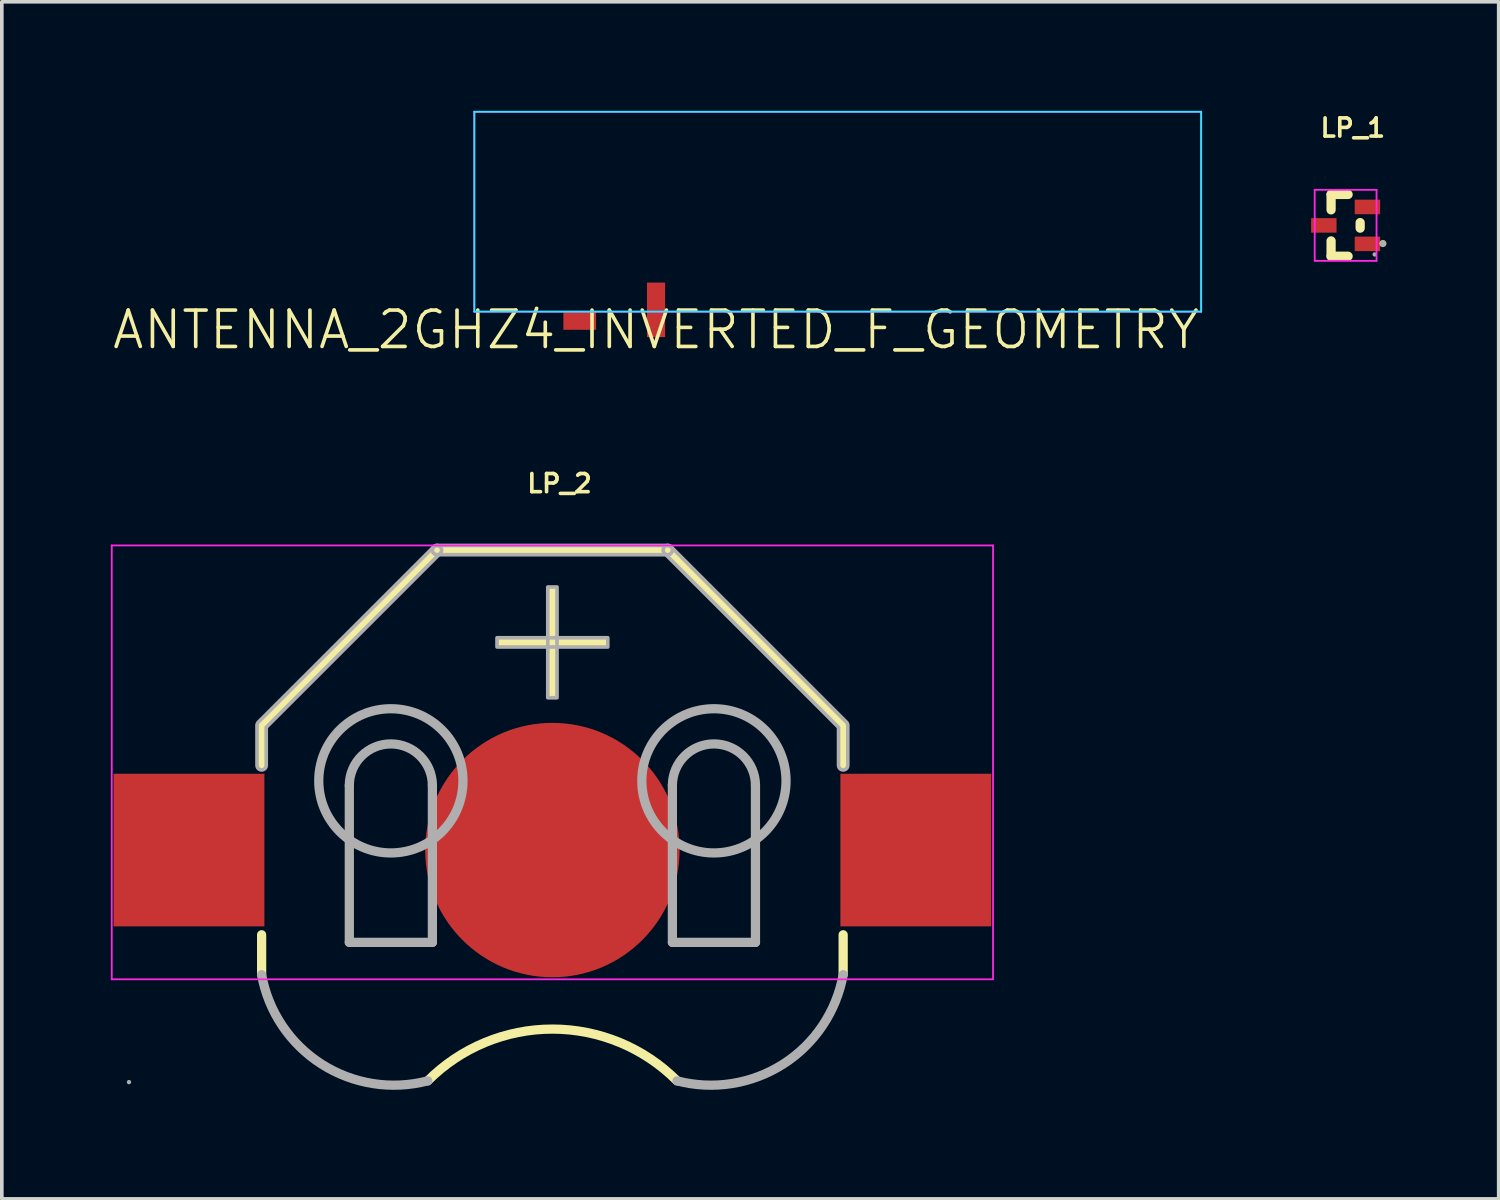
<source format=kicad_pcb>
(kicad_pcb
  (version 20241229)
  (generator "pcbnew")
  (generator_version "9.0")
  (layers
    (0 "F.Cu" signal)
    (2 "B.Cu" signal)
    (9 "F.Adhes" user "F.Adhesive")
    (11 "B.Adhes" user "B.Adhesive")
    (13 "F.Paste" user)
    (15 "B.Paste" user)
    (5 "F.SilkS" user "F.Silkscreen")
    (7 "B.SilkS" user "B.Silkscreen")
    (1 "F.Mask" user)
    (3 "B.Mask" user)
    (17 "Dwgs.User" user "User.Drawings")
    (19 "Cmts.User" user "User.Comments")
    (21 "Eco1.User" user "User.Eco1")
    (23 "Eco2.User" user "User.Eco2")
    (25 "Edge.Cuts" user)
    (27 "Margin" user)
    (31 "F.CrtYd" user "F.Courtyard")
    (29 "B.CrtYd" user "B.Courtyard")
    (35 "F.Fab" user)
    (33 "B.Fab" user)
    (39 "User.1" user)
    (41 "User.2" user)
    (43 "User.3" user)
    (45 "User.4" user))
  (footprint "LP_1"
    (layer "F.Cu")
    (at 33.977 3.151)
    (property "Reference" "LP_1" (at -0.75 -2.683 0) (layer "F.SilkS") (effects (font (size 0.5 0.5) (thickness 0.1)) (justify left)))
    (fp_line (start -0.4 -0.85) (end -0.4 -0.427) (stroke (width 0.254) (type solid)) (layer "F.SilkS"))
    (fp_line (start -0.4 -0.85) (end 0.068 -0.85) (stroke (width 0.254) (type solid)) (layer "F.SilkS"))
    (fp_line (start -0.4 0.428) (end -0.4 0.85) (stroke (width 0.254) (type solid)) (layer "F.SilkS"))
    (fp_line (start -0.4 0.85) (end 0.068 0.85) (stroke (width 0.254) (type solid)) (layer "F.SilkS"))
    (fp_line (start 0.4 -0.076) (end 0.4 0.077) (stroke (width 0.254) (type solid)) (layer "F.SilkS"))
    (fp_line (start -0.851 -0.977) (end -0.851 0.977) (stroke (width 0.05) (type solid)) (layer "F.CrtYd"))
    (fp_line (start -0.851 0.977) (end 0.851 0.977) (stroke (width 0.05) (type solid)) (layer "F.CrtYd"))
    (fp_line (start 0.851 -0.977) (end -0.851 -0.977) (stroke (width 0.05) (type solid)) (layer "F.CrtYd"))
    (fp_line (start 0.851 0.977) (end 0.851 -0.977) (stroke (width 0.05) (type solid)) (layer "F.CrtYd"))
    (fp_arc (start 0.83 0.801) (mid 0.77 0.801) (end 0.83 0.801) (stroke (width 0.06) (type solid)) (layer "F.Fab"))
    (fp_arc (start 1.075 0.5) (mid 0.975 0.5) (end 1.075 0.5) (stroke (width 0.1) (type solid)) (layer "F.Fab"))
    (pad "1" smd rect (at 0.6 0.509 90) (size 0.4 0.7) (layers "F.Cu" "F.Mask" "F.Paste"))
    (pad "2" smd rect (at 0.6 -0.507 90) (size 0.4 0.7) (layers "F.Cu" "F.Mask" "F.Paste"))
    (pad "3" smd rect (at -0.6 0.001 90) (size 0.4 0.7) (layers "F.Cu" "F.Mask" "F.Paste")))
  (footprint "ANTENNA_2GHZ4_INVERTED_F_GEOMETRY"
    (layer "F.Cu")
    (at 15.002 6.025)
    (property "Reference" "ANTENNA_2GHZ4_INVERTED_F_GEOMETRY" (at 0 0 0) (layer "F.SilkS") (effects (font (size 1 1) (thickness 0.1))))
    (fp_line (start -5 -6) (end -5 -0.5) (stroke (width 0.05) (type solid)) (layer "B.CrtYd"))
    (fp_line (start -5 -0.5) (end 15 -0.5) (stroke (width 0.05) (type solid)) (layer "B.CrtYd"))
    (fp_line (start 15 -6) (end -5 -6) (stroke (width 0.05) (type solid)) (layer "B.CrtYd"))
    (fp_line (start 15 -0.5) (end 15 -6) (stroke (width 0.05) (type solid)) (layer "B.CrtYd"))
    (fp_line (start -5 -6) (end -5 -0.5) (stroke (width 0.05) (type solid)) (layer "F.CrtYd"))
    (fp_line (start -5 -0.5) (end 15 -0.5) (stroke (width 0.05) (type solid)) (layer "F.CrtYd"))
    (fp_line (start 15 -6) (end -5 -6) (stroke (width 0.05) (type solid)) (layer "F.CrtYd"))
    (fp_line (start 15 -0.5) (end 15 -6) (stroke (width 0.05) (type solid)) (layer "F.CrtYd"))
    (fp_line (start 15 -6) (end -5 -6) (stroke (width 0.01) (type solid)) (layer "F.Fab"))
    (pad "" smd rect (at 5 -3.25) (size 20 5.5) (layers "F.Mask"))
    (pad "gnd" smd rect (at -2.1 -0.25) (size 0.9 0.5) (layers "F.Cu" "F.Mask" "F.Paste"))
    (pad "launch" smd rect (at 0 -0.55) (size 0.5 1.5) (layers "F.Cu" "F.Mask" "F.Paste")))
  (footprint "LP_2"
    (layer "F.Cu")
    (at 12.15 17.928)
    (property "Reference" "LP_2" (at -0.75 -7.675 0) (layer "F.SilkS") (effects (font (size 0.5 0.5) (thickness 0.1)) (justify left)))
    (fp_line (start -8.001 -1.016) (end -8.001 0.081) (stroke (width 0.254) (type solid)) (layer "F.SilkS"))
    (fp_line (start -8.001 4.744) (end -8.001 5.842) (stroke (width 0.254) (type solid)) (layer "F.SilkS"))
    (fp_line (start -3.175 -5.842) (end -8.001 -1.016) (stroke (width 0.254) (type solid)) (layer "F.SilkS"))
    (fp_line (start -3.175 -5.842) (end 3.175 -5.842) (stroke (width 0.254) (type solid)) (layer "F.SilkS"))
    (fp_line (start 3.175 -5.842) (end 8.001 -1.016) (stroke (width 0.254) (type solid)) (layer "F.SilkS"))
    (fp_line (start 8.001 -1.016) (end 8.001 0.081) (stroke (width 0.254) (type solid)) (layer "F.SilkS"))
    (fp_line (start 8.001 4.744) (end 8.001 5.842) (stroke (width 0.254) (type solid)) (layer "F.SilkS"))
    (fp_arc (start -3.429177 8.762147) (mid 0 7.339) (end 3.429177 8.762147) (stroke (width 0.254) (type solid)) (layer "F.SilkS"))
    (fp_poly (pts (xy -1.524 -3.429) (xy 1.524 -3.429) (xy 1.524 -3.175) (xy -1.524 -3.175) (xy -1.524 -3.429)) (stroke (width 0) (type solid)) (fill yes) (layer "F.SilkS"))
    (fp_poly (pts (xy -0.127 -1.778) (xy -0.127 -4.826) (xy 0.127 -4.826) (xy 0.127 -1.778) (xy -0.127 -1.778)) (stroke (width 0) (type solid)) (fill yes) (layer "F.SilkS"))
    (fp_line (start -12.125 -5.969) (end -12.125 5.969) (stroke (width 0.05) (type solid)) (layer "F.CrtYd"))
    (fp_line (start -12.125 5.969) (end 12.125 5.969) (stroke (width 0.05) (type solid)) (layer "F.CrtYd"))
    (fp_line (start 12.125 -5.969) (end -12.125 -5.969) (stroke (width 0.05) (type solid)) (layer "F.CrtYd"))
    (fp_line (start 12.125 5.969) (end 12.125 -5.969) (stroke (width 0.05) (type solid)) (layer "F.CrtYd"))
    (fp_line (start -5.588 4.953) (end -5.588 0.635) (stroke (width 0.254) (type solid)) (layer "F.Fab"))
    (fp_line (start -5.588 4.953) (end -3.302 4.953) (stroke (width 0.254) (type solid)) (layer "F.Fab"))
    (fp_line (start -3.302 4.953) (end -3.302 0.635) (stroke (width 0.254) (type solid)) (layer "F.Fab"))
    (fp_line (start 3.302 4.953) (end 3.302 0.635) (stroke (width 0.254) (type solid)) (layer "F.Fab"))
    (fp_line (start 3.302 4.953) (end 5.588 4.953) (stroke (width 0.254) (type solid)) (layer "F.Fab"))
    (fp_line (start 5.588 4.953) (end 5.588 0.635) (stroke (width 0.254) (type solid)) (layer "F.Fab"))
    (fp_arc (start -11.621 8.798) (mid -11.681 8.798) (end -11.621 8.798) (stroke (width 0.06) (type solid)) (layer "F.Fab"))
    (fp_arc (start -5.588 0.635) (mid -4.445 -0.508) (end -3.302 0.635) (stroke (width 0.254) (type solid)) (layer "F.Fab"))
    (fp_arc (start -3.428661 8.763279) (mid -6.352933 8.30131) (end -8.001166 5.842019) (stroke (width 0.254) (type solid)) (layer "F.Fab"))
    (fp_arc (start -2.461 0.508) (mid -6.429 0.508) (end -2.461 0.508) (stroke (width 0.254) (type solid)) (layer "F.Fab"))
    (fp_arc (start 3.302 0.635) (mid 4.445 -0.508) (end 5.588 0.635) (stroke (width 0.254) (type solid)) (layer "F.Fab"))
    (fp_arc (start 6.429 0.508) (mid 2.461 0.508) (end 6.429 0.508) (stroke (width 0.254) (type solid)) (layer "F.Fab"))
    (fp_arc (start 8.001166 5.842019) (mid 6.352933 8.30131) (end 3.428661 8.763279) (stroke (width 0.254) (type solid)) (layer "F.Fab"))
    (fp_poly (pts (xy -1.524 -3.429) (xy 1.524 -3.429) (xy 1.524 -3.175) (xy -1.524 -3.175) (xy -1.524 -3.429)) (stroke (width 0.1) (type solid)) (fill no) (layer "F.Fab"))
    (fp_poly (pts (xy -0.127 -1.778) (xy -0.127 -4.826) (xy 0.127 -4.826) (xy 0.127 -1.778) (xy -0.127 -1.778)) (stroke (width 0.1) (type solid)) (fill no) (layer "F.Fab"))
    (fp_poly (pts (xy 3.175 -5.969) (xy 3.201 -5.966) (xy 3.227 -5.958) (xy 3.25 -5.945) (xy 3.269 -5.927) (xy 3.285 -5.905) (xy 3.296 -5.881) (xy 3.301 -5.855) (xy 3.301 -5.829) (xy 3.296 -5.803) (xy 3.285 -5.779) (xy 3.269 -5.757) (xy 3.25 -5.739) (xy 3.227 -5.726) (xy 3.201 -5.718) (xy 3.175 -5.715) (xy -3.175 -5.715) (xy -3.201 -5.718) (xy -3.227 -5.726) (xy -3.25 -5.739) (xy -3.269 -5.757) (xy -3.285 -5.779) (xy -3.296 -5.803) (xy -3.301 -5.829) (xy -3.301 -5.855) (xy -3.296 -5.881) (xy -3.285 -5.905) (xy -3.269 -5.927) (xy -3.25 -5.945) (xy -3.227 -5.958) (xy -3.201 -5.966) (xy -3.175 -5.969)) (stroke (width 0.1) (type solid)) (fill no) (layer "F.Fab"))
    (fp_poly (pts (xy -7.874 -0.964) (xy -7.874 0.081) (xy -7.877 0.107) (xy -7.885 0.133) (xy -7.898 0.156) (xy -7.916 0.175) (xy -7.938 0.191) (xy -7.962 0.202) (xy -7.988 0.207) (xy -8.014 0.207) (xy -8.04 0.202) (xy -8.065 0.191) (xy -8.086 0.175) (xy -8.104 0.156) (xy -8.117 0.133) (xy -8.125 0.107) (xy -8.128 0.081) (xy -8.128 -1.017) (xy -8.126 -1.042) (xy -8.118 -1.066) (xy -8.107 -1.088) (xy -8.091 -1.107) (xy -3.265 -5.932) (xy -3.244 -5.949) (xy -3.221 -5.961) (xy -3.195 -5.967) (xy -3.168 -5.969) (xy -3.142 -5.965) (xy -3.117 -5.955) (xy -3.095 -5.941) (xy -3.076 -5.922) (xy -3.062 -5.9) (xy -3.052 -5.875) (xy -3.048 -5.849) (xy -3.05 -5.822) (xy -3.056 -5.796) (xy -3.068 -5.773) (xy -3.085 -5.752)) (stroke (width 0.1) (type solid)) (fill no) (layer "F.Fab"))
    (fp_poly (pts (xy 8.091 -1.107) (xy 8.107 -1.088) (xy 8.118 -1.066) (xy 8.126 -1.042) (xy 8.128 -1.017) (xy 8.128 0.081) (xy 8.125 0.107) (xy 8.117 0.133) (xy 8.104 0.156) (xy 8.086 0.175) (xy 8.065 0.191) (xy 8.04 0.202) (xy 8.014 0.207) (xy 7.988 0.207) (xy 7.962 0.202) (xy 7.938 0.191) (xy 7.916 0.175) (xy 7.898 0.156) (xy 7.885 0.133) (xy 7.877 0.107) (xy 7.874 0.081) (xy 7.874 -0.964) (xy 3.085 -5.752) (xy 3.068 -5.773) (xy 3.056 -5.796) (xy 3.05 -5.822) (xy 3.048 -5.849) (xy 3.052 -5.875) (xy 3.062 -5.9) (xy 3.076 -5.922) (xy 3.095 -5.941) (xy 3.117 -5.955) (xy 3.142 -5.965) (xy 3.168 -5.969) (xy 3.195 -5.967) (xy 3.221 -5.961) (xy 3.244 -5.949) (xy 3.265 -5.932)) (stroke (width 0.1) (type solid)) (fill no) (layer "F.Fab"))
    (pad "1" smd rect (at 10 2.413) (size 4.15 4.2) (layers "F.Cu" "F.Mask" "F.Paste"))
    (pad "2" smd circle (at 0 2.413) (size 7 7) (layers "F.Cu" "F.Mask" "F.Paste"))
    (pad "3" smd rect (at -10 2.413) (size 4.15 4.2) (layers "F.Cu" "F.Mask" "F.Paste")))
  (gr_rect
    (start -3 -3)
    (end 38.189 29.939)
    (stroke (width 0.1) (type default))
    (fill no)
    (layer "Edge.Cuts")))
</source>
